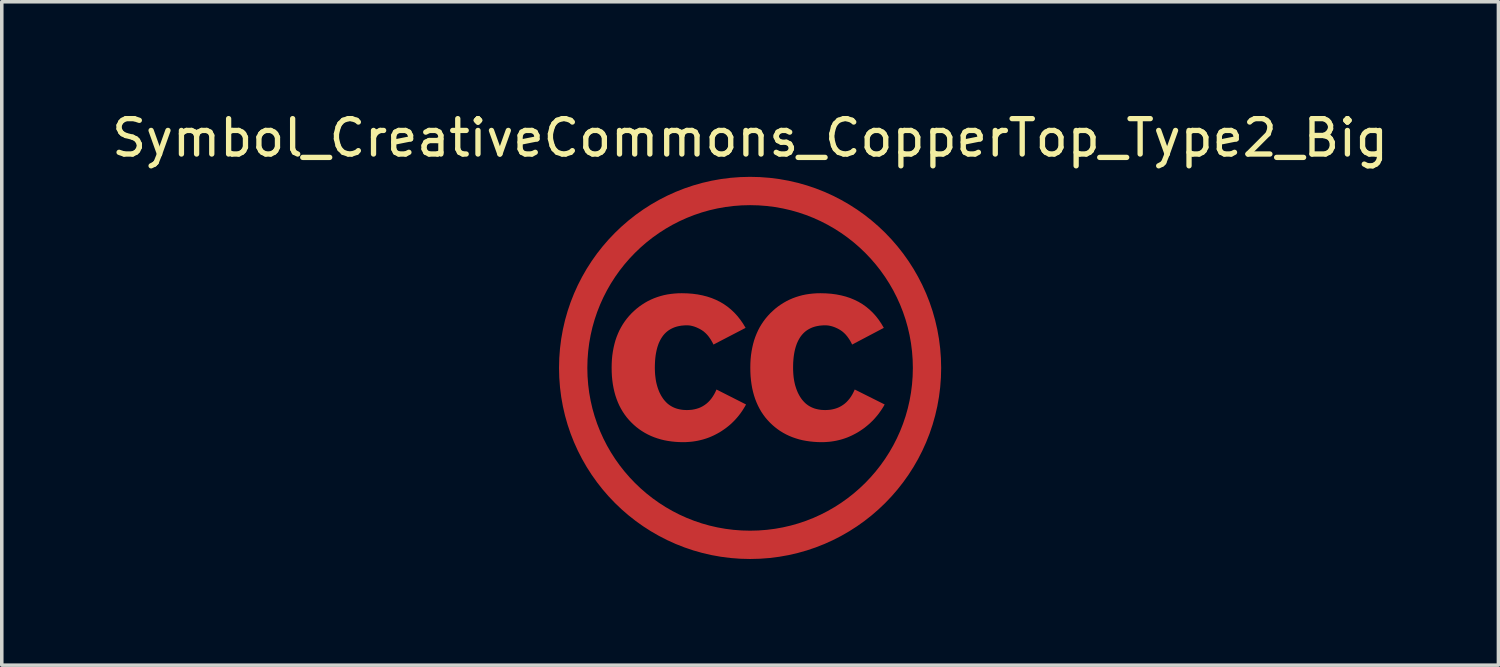
<source format=kicad_pcb>
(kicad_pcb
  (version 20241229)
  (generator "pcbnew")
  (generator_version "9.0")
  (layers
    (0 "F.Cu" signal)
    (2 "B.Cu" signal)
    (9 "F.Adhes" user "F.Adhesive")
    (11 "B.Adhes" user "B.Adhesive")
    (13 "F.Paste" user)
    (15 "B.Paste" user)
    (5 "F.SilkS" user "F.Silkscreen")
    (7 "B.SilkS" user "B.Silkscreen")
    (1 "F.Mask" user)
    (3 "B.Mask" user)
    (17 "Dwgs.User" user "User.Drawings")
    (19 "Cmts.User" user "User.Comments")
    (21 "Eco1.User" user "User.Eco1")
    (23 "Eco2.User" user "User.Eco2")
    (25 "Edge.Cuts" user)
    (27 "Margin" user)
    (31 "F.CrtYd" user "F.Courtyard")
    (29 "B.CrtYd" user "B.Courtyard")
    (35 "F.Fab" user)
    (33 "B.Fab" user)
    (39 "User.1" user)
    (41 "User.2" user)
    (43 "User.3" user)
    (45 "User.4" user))
  (footprint "Symbol_CreativeCommons_CopperTop_Type2_Big"
    (layer "F.Cu")
    (at 18.149 7.348)
    (property "Reference" "Symbol_CreativeCommons_CopperTop_Type2_Big" (at 0 -6.5 0) (layer "F.SilkS") (effects (font (size 1 1) (thickness 0.15))))
    (attr exclude_from_pos_files exclude_from_bom allow_missing_courtyard)
    (fp_circle (center 0 0) (end 5 0) (stroke (width 0.8) (type default)) (fill no) (layer "F.Cu"))
    (fp_poly (pts (xy -1.775 -2.107) (xy -1.626 -2.096) (xy -1.483 -2.077) (xy -1.345 -2.05) (xy -1.213 -2.016) (xy -1.086 -1.974) (xy -0.965 -1.924) (xy -0.85 -1.867) (xy -0.74 -1.802) (xy -0.636 -1.729) (xy -0.537 -1.648) (xy -0.444 -1.56) (xy -0.357 -1.465) (xy -0.275 -1.361) (xy -0.198 -1.25) (xy -0.127 -1.132) (xy -0.127 -1.132) (xy -1.035 -0.66) (xy -1.053 -0.697) (xy -1.072 -0.733) (xy -1.092 -0.767) (xy -1.111 -0.8) (xy -1.132 -0.831) (xy -1.153 -0.861) (xy -1.174 -0.89) (xy -1.196 -0.917) (xy -1.219 -0.943) (xy -1.242 -0.967) (xy -1.266 -0.99) (xy -1.29 -1.011) (xy -1.314 -1.032) (xy -1.34 -1.05) (xy -1.365 -1.067) (xy -1.391 -1.083) (xy -1.418 -1.098) (xy -1.444 -1.112) (xy -1.47 -1.124) (xy -1.495 -1.136) (xy -1.521 -1.147) (xy -1.546 -1.157) (xy -1.571 -1.166) (xy -1.596 -1.174) (xy -1.62 -1.181) (xy -1.644 -1.187) (xy -1.668 -1.192) (xy -1.692 -1.197) (xy -1.715 -1.2) (xy -1.739 -1.202) (xy -1.762 -1.204) (xy -1.785 -1.204) (xy -1.84 -1.203) (xy -1.894 -1.199) (xy -1.947 -1.194) (xy -1.997 -1.185) (xy -2.046 -1.175) (xy -2.093 -1.162) (xy -2.138 -1.147) (xy -2.181 -1.129) (xy -2.223 -1.109) (xy -2.263 -1.087) (xy -2.301 -1.063) (xy -2.337 -1.036) (xy -2.372 -1.007) (xy -2.405 -0.975) (xy -2.436 -0.941) (xy -2.465 -0.905) (xy -2.492 -0.866) (xy -2.518 -0.825) (xy -2.542 -0.782) (xy -2.564 -0.736) (xy -2.585 -0.689) (xy -2.603 -0.638) (xy -2.62 -0.586) (xy -2.635 -0.531) (xy -2.648 -0.473) (xy -2.66 -0.414) (xy -2.67 -0.352) (xy -2.678 -0.287) (xy -2.684 -0.221) (xy -2.688 -0.152) (xy -2.691 -0.08) (xy -2.692 -0.007) (xy -2.691 0.06) (xy -2.688 0.126) (xy -2.684 0.19) (xy -2.677 0.252) (xy -2.669 0.312) (xy -2.66 0.371) (xy -2.648 0.428) (xy -2.634 0.483) (xy -2.619 0.536) (xy -2.602 0.588) (xy -2.583 0.638) (xy -2.563 0.687) (xy -2.54 0.734) (xy -2.516 0.779) (xy -2.49 0.822) (xy -2.462 0.864) (xy -2.433 0.903) (xy -2.401 0.94) (xy -2.368 0.975) (xy -2.334 1.007) (xy -2.316 1.022) (xy -2.297 1.036) (xy -2.278 1.05) (xy -2.259 1.063) (xy -2.239 1.075) (xy -2.219 1.087) (xy -2.199 1.098) (xy -2.178 1.109) (xy -2.135 1.128) (xy -2.09 1.145) (xy -2.043 1.159) (xy -1.995 1.17) (xy -1.945 1.179) (xy -1.893 1.186) (xy -1.84 1.189) (xy -1.785 1.191) (xy -1.712 1.188) (xy -1.642 1.182) (xy -1.575 1.17) (xy -1.51 1.154) (xy -1.448 1.134) (xy -1.389 1.109) (xy -1.333 1.079) (xy -1.28 1.045) (xy -1.229 1.007) (xy -1.181 0.964) (xy -1.135 0.916) (xy -1.093 0.864) (xy -1.053 0.807) (xy -1.016 0.746) (xy -0.981 0.68) (xy -0.95 0.61) (xy -0.115 1.033) (xy -0.149 1.095) (xy -0.185 1.154) (xy -0.222 1.212) (xy -0.261 1.268) (xy -0.302 1.323) (xy -0.344 1.376) (xy -0.388 1.427) (xy -0.433 1.477) (xy -0.48 1.524) (xy -0.528 1.571) (xy -0.578 1.615) (xy -0.63 1.658) (xy -0.684 1.7) (xy -0.739 1.739) (xy -0.795 1.777) (xy -0.853 1.814) (xy -0.913 1.848) (xy -0.973 1.88) (xy -1.033 1.91) (xy -1.095 1.938) (xy -1.157 1.964) (xy -1.22 1.987) (xy -1.284 2.008) (xy -1.349 2.027) (xy -1.414 2.043) (xy -1.481 2.058) (xy -1.547 2.07) (xy -1.615 2.08) (xy -1.684 2.088) (xy -1.753 2.093) (xy -1.823 2.097) (xy -1.893 2.098) (xy -2.005 2.096) (xy -2.115 2.089) (xy -2.221 2.078) (xy -2.325 2.063) (xy -2.426 2.044) (xy -2.524 2.02) (xy -2.62 1.991) (xy -2.713 1.959) (xy -2.803 1.922) (xy -2.89 1.881) (xy -2.975 1.835) (xy -3.057 1.785) (xy -3.136 1.731) (xy -3.213 1.672) (xy -3.286 1.609) (xy -3.357 1.541) (xy -3.424 1.47) (xy -3.487 1.396) (xy -3.546 1.317) (xy -3.6 1.236) (xy -3.65 1.151) (xy -3.696 1.063) (xy -3.737 0.971) (xy -3.774 0.876) (xy -3.807 0.778) (xy -3.835 0.676) (xy -3.859 0.571) (xy -3.879 0.462) (xy -3.894 0.35) (xy -3.905 0.235) (xy -3.911 0.116) (xy -3.913 -0.007) (xy -3.911 -0.126) (xy -3.905 -0.242) (xy -3.894 -0.355) (xy -3.878 -0.465) (xy -3.858 -0.572) (xy -3.834 -0.676) (xy -3.806 -0.777) (xy -3.773 -0.874) (xy -3.735 -0.969) (xy -3.694 -1.06) (xy -3.647 -1.148) (xy -3.597 -1.233) (xy -3.542 -1.315) (xy -3.483 -1.394) (xy -3.419 -1.47) (xy -3.351 -1.543) (xy -3.28 -1.611) (xy -3.206 -1.676) (xy -3.13 -1.736) (xy -3.051 -1.791) (xy -2.971 -1.842) (xy -2.888 -1.889) (xy -2.802 -1.931) (xy -2.714 -1.969) (xy -2.625 -2.002) (xy -2.532 -2.031) (xy -2.438 -2.056) (xy -2.341 -2.076) (xy -2.241 -2.091) (xy -2.14 -2.102) (xy -2.036 -2.109) (xy -1.93 -2.111)) (stroke (width 0) (type solid)) (fill yes) (layer "F.Cu"))
    (fp_poly (pts (xy 2.144 -2.107) (xy 2.292 -2.096) (xy 2.435 -2.077) (xy 2.573 -2.05) (xy 2.705 -2.016) (xy 2.831 -1.974) (xy 2.951 -1.924) (xy 3.066 -1.867) (xy 3.175 -1.802) (xy 3.278 -1.729) (xy 3.376 -1.648) (xy 3.468 -1.56) (xy 3.554 -1.465) (xy 3.635 -1.361) (xy 3.71 -1.25) (xy 3.779 -1.132) (xy 3.779 -1.132) (xy 2.884 -0.66) (xy 2.866 -0.697) (xy 2.847 -0.733) (xy 2.828 -0.767) (xy 2.808 -0.8) (xy 2.787 -0.831) (xy 2.766 -0.861) (xy 2.745 -0.89) (xy 2.722 -0.917) (xy 2.7 -0.943) (xy 2.677 -0.967) (xy 2.653 -0.99) (xy 2.629 -1.011) (xy 2.604 -1.032) (xy 2.579 -1.05) (xy 2.554 -1.067) (xy 2.527 -1.083) (xy 2.501 -1.098) (xy 2.475 -1.112) (xy 2.449 -1.124) (xy 2.423 -1.136) (xy 2.397 -1.147) (xy 2.371 -1.157) (xy 2.345 -1.166) (xy 2.32 -1.174) (xy 2.295 -1.181) (xy 2.27 -1.187) (xy 2.245 -1.192) (xy 2.22 -1.197) (xy 2.195 -1.2) (xy 2.171 -1.202) (xy 2.146 -1.204) (xy 2.122 -1.204) (xy 2.067 -1.203) (xy 2.012 -1.199) (xy 1.96 -1.194) (xy 1.91 -1.185) (xy 1.861 -1.175) (xy 1.814 -1.162) (xy 1.769 -1.147) (xy 1.725 -1.129) (xy 1.684 -1.109) (xy 1.644 -1.087) (xy 1.606 -1.063) (xy 1.569 -1.036) (xy 1.535 -1.007) (xy 1.502 -0.975) (xy 1.471 -0.941) (xy 1.442 -0.905) (xy 1.414 -0.866) (xy 1.389 -0.825) (xy 1.365 -0.782) (xy 1.343 -0.736) (xy 1.322 -0.689) (xy 1.304 -0.638) (xy 1.287 -0.586) (xy 1.272 -0.531) (xy 1.258 -0.473) (xy 1.247 -0.414) (xy 1.237 -0.352) (xy 1.229 -0.287) (xy 1.223 -0.221) (xy 1.218 -0.152) (xy 1.216 -0.08) (xy 1.215 -0.007) (xy 1.216 0.06) (xy 1.219 0.126) (xy 1.223 0.19) (xy 1.229 0.252) (xy 1.237 0.312) (xy 1.247 0.371) (xy 1.259 0.428) (xy 1.272 0.483) (xy 1.288 0.536) (xy 1.305 0.588) (xy 1.324 0.638) (xy 1.344 0.687) (xy 1.367 0.734) (xy 1.391 0.779) (xy 1.417 0.822) (xy 1.445 0.864) (xy 1.474 0.903) (xy 1.506 0.94) (xy 1.539 0.975) (xy 1.556 0.991) (xy 1.573 1.007) (xy 1.591 1.022) (xy 1.61 1.036) (xy 1.628 1.05) (xy 1.648 1.063) (xy 1.667 1.075) (xy 1.687 1.087) (xy 1.708 1.098) (xy 1.729 1.109) (xy 1.772 1.128) (xy 1.817 1.145) (xy 1.864 1.159) (xy 1.912 1.17) (xy 1.962 1.179) (xy 2.014 1.186) (xy 2.067 1.189) (xy 2.122 1.191) (xy 2.195 1.188) (xy 2.265 1.182) (xy 2.332 1.17) (xy 2.397 1.154) (xy 2.458 1.134) (xy 2.517 1.109) (xy 2.574 1.079) (xy 2.627 1.045) (xy 2.678 1.007) (xy 2.726 0.964) (xy 2.771 0.916) (xy 2.814 0.864) (xy 2.854 0.807) (xy 2.891 0.746) (xy 2.925 0.68) (xy 2.957 0.61) (xy 3.803 1.033) (xy 3.768 1.095) (xy 3.731 1.154) (xy 3.692 1.212) (xy 3.652 1.268) (xy 3.611 1.323) (xy 3.567 1.376) (xy 3.523 1.427) (xy 3.477 1.477) (xy 3.429 1.524) (xy 3.38 1.571) (xy 3.329 1.615) (xy 3.277 1.658) (xy 3.224 1.7) (xy 3.168 1.739) (xy 3.112 1.777) (xy 3.054 1.814) (xy 2.994 1.848) (xy 2.934 1.88) (xy 2.874 1.91) (xy 2.812 1.938) (xy 2.751 1.964) (xy 2.688 1.987) (xy 2.625 2.008) (xy 2.561 2.027) (xy 2.496 2.043) (xy 2.431 2.058) (xy 2.365 2.07) (xy 2.298 2.08) (xy 2.231 2.088) (xy 2.163 2.093) (xy 2.095 2.097) (xy 2.026 2.098) (xy 1.912 2.096) (xy 1.802 2.089) (xy 1.694 2.078) (xy 1.589 2.063) (xy 1.487 2.044) (xy 1.388 2.02) (xy 1.292 1.991) (xy 1.199 1.959) (xy 1.108 1.922) (xy 1.021 1.881) (xy 0.936 1.835) (xy 0.854 1.785) (xy 0.776 1.731) (xy 0.7 1.672) (xy 0.627 1.609) (xy 0.556 1.541) (xy 0.49 1.47) (xy 0.427 1.396) (xy 0.369 1.317) (xy 0.315 1.236) (xy 0.266 1.151) (xy 0.221 1.063) (xy 0.18 0.971) (xy 0.143 0.876) (xy 0.111 0.778) (xy 0.083 0.676) (xy 0.059 0.571) (xy 0.04 0.462) (xy 0.025 0.35) (xy 0.014 0.235) (xy 0.008 0.116) (xy 0.006 -0.007) (xy 0.008 -0.126) (xy 0.014 -0.242) (xy 0.025 -0.355) (xy 0.041 -0.465) (xy 0.061 -0.572) (xy 0.085 -0.676) (xy 0.113 -0.777) (xy 0.146 -0.874) (xy 0.184 -0.969) (xy 0.225 -1.06) (xy 0.271 -1.148) (xy 0.322 -1.233) (xy 0.377 -1.315) (xy 0.436 -1.394) (xy 0.5 -1.47) (xy 0.568 -1.543) (xy 0.64 -1.611) (xy 0.713 -1.676) (xy 0.789 -1.736) (xy 0.868 -1.791) (xy 0.949 -1.842) (xy 1.032 -1.889) (xy 1.117 -1.931) (xy 1.205 -1.969) (xy 1.294 -2.002) (xy 1.387 -2.031) (xy 1.481 -2.056) (xy 1.578 -2.076) (xy 1.678 -2.091) (xy 1.779 -2.102) (xy 1.883 -2.109) (xy 1.989 -2.111)) (stroke (width 0) (type solid)) (fill yes) (layer "F.Cu")))
  (gr_rect
    (start -3 -3)
    (end 39.298 15.748)
    (stroke (width 0.1) (type default))
    (fill no)
    (layer "Edge.Cuts")))
</source>
